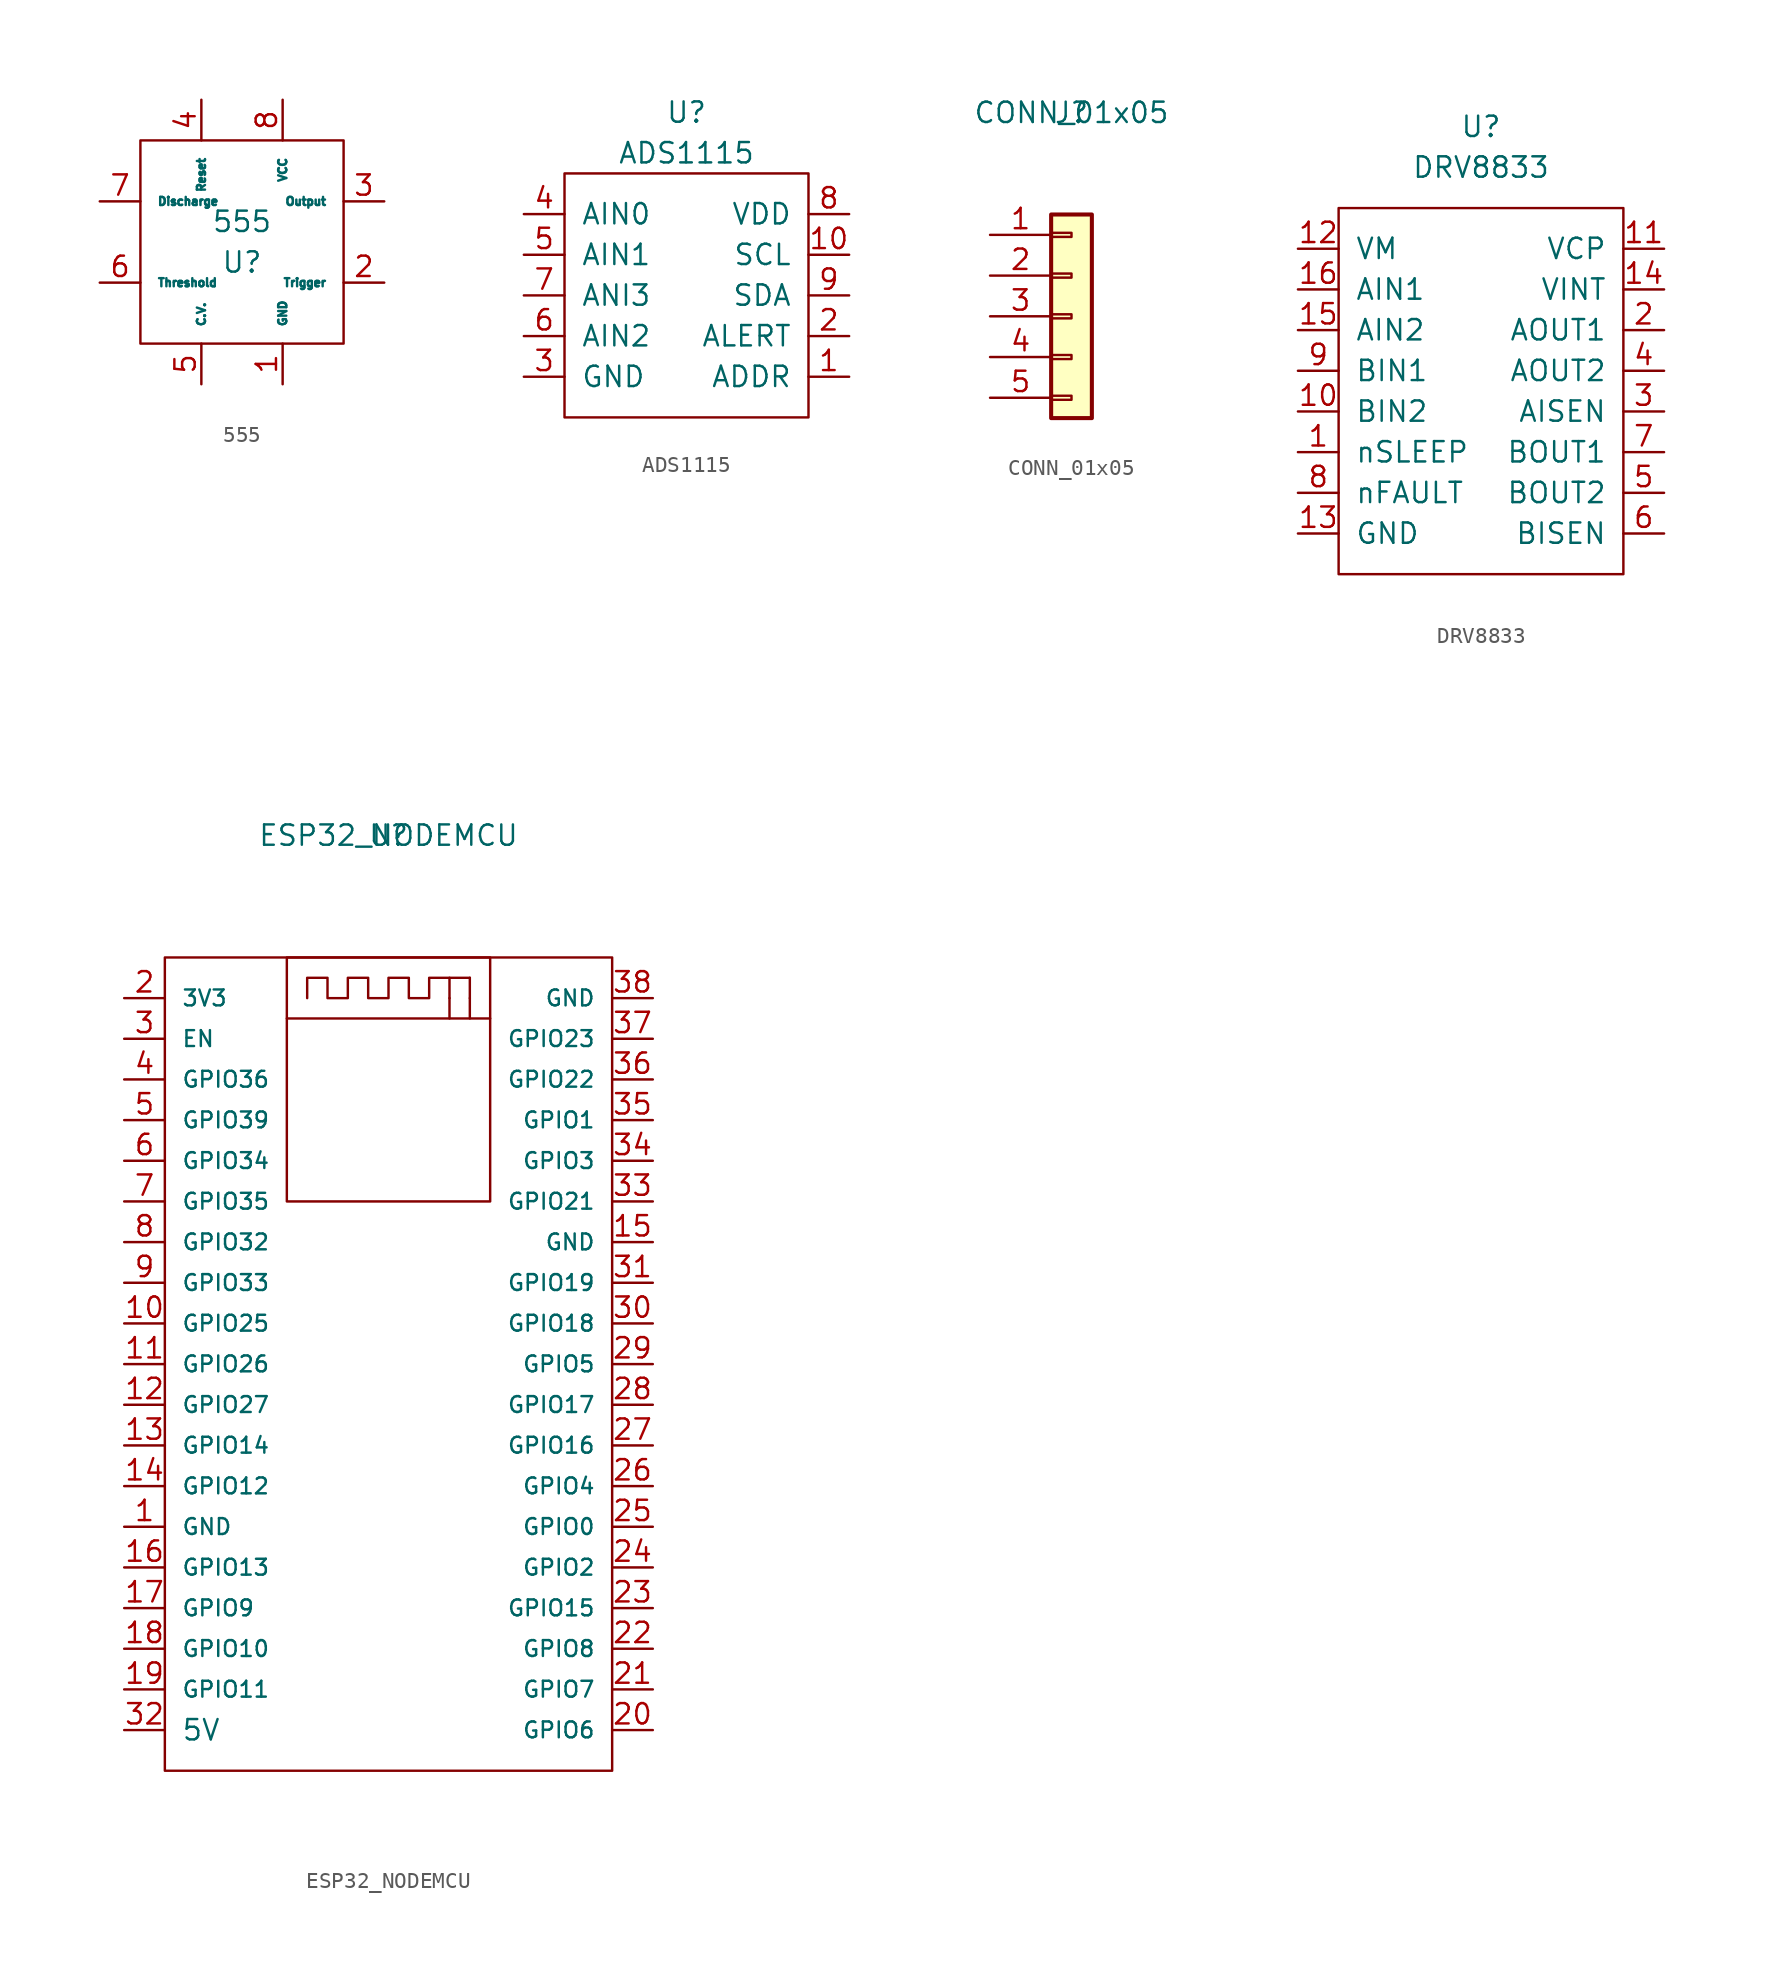
<source format=kicad_sym>
(kicad_symbol_lib
  (version 20211014)
  (generator kicad_symbol_editor)
  (symbol "555"
    (pin_names
      (offset 1.016))
    (property "Reference" "U"
      (at 0 -1.27 0)
      (effects (font (size 1.27 1.27))))
    (property "Value" "555"
      (at 0 1.27 0)
      (effects (font (size 1.27 1.27))))
    (symbol "555_0_1"
      (rectangle (start -6.35 6.35) (end 6.35 -6.35) (stroke (width 0) (type default) (color 0 0 0 0)) (fill (type none))))
    (symbol "555_1_1"
      (pin power_in line (at 2.54 -8.89 90) (length 2.54) (name "GND" (effects (font (size 0.508 0.508)))) (number "1" (effects (font (size 1.27 1.27)))))
      (pin input line (at 8.89 -2.54 180) (length 2.54) (name "Trigger" (effects (font (size 0.508 0.508)))) (number "2" (effects (font (size 1.27 1.27)))))
      (pin output line (at 8.89 2.54 180) (length 2.54) (name "Output" (effects (font (size 0.508 0.508)))) (number "3" (effects (font (size 1.27 1.27)))))
      (pin input line (at -2.54 8.89 270) (length 2.54) (name "Reset" (effects (font (size 0.508 0.508)))) (number "4" (effects (font (size 1.27 1.27)))))
      (pin input line (at -2.54 -8.89 90) (length 2.54) (name "C.V." (effects (font (size 0.508 0.508)))) (number "5" (effects (font (size 1.27 1.27)))))
      (pin input line (at -8.89 -2.54 0) (length 2.54) (name "Threshold" (effects (font (size 0.508 0.508)))) (number "6" (effects (font (size 1.27 1.27)))))
      (pin input line (at -8.89 2.54 0) (length 2.54) (name "Discharge" (effects (font (size 0.508 0.508)))) (number "7" (effects (font (size 1.27 1.27)))))
      (pin power_in line (at 2.54 8.89 270) (length 2.54) (name "VCC" (effects (font (size 0.508 0.508)))) (number "8" (effects (font (size 1.27 1.27)))))))
  (symbol "ADS1115"
    (pin_names
      (offset 1.016))
    (property "Reference" "U"
      (at 0 11.43 0)
      (effects (font (size 1.27 1.27))))
    (property "Value" "ADS1115"
      (at 0 8.89 0)
      (effects (font (size 1.27 1.27))))
    (symbol "ADS1115_0_1"
      (rectangle (start -7.62 7.62) (end 7.62 -7.62) (stroke (width 0) (type default) (color 0 0 0 0)) (fill (type none))))
    (symbol "ADS1115_1_1"
      (pin input line (at 10.16 -5.08 180) (length 2.54) (name "ADDR" (effects (font (size 1.27 1.27)))) (number "1" (effects (font (size 1.27 1.27)))))
      (pin input line (at 10.16 2.54 180) (length 2.54) (name "SCL" (effects (font (size 1.27 1.27)))) (number "10" (effects (font (size 1.27 1.27)))))
      (pin input line (at 10.16 -2.54 180) (length 2.54) (name "ALERT" (effects (font (size 1.27 1.27)))) (number "2" (effects (font (size 1.27 1.27)))))
      (pin input line (at -10.16 -5.08 0) (length 2.54) (name "GND" (effects (font (size 1.27 1.27)))) (number "3" (effects (font (size 1.27 1.27)))))
      (pin input line (at -10.16 5.08 0) (length 2.54) (name "AIN0" (effects (font (size 1.27 1.27)))) (number "4" (effects (font (size 1.27 1.27)))))
      (pin input line (at -10.16 2.54 0) (length 2.54) (name "AIN1" (effects (font (size 1.27 1.27)))) (number "5" (effects (font (size 1.27 1.27)))))
      (pin input line (at -10.16 -2.54 0) (length 2.54) (name "AIN2" (effects (font (size 1.27 1.27)))) (number "6" (effects (font (size 1.27 1.27)))))
      (pin input line (at -10.16 0 0) (length 2.54) (name "ANI3" (effects (font (size 1.27 1.27)))) (number "7" (effects (font (size 1.27 1.27)))))
      (pin input line (at 10.16 5.08 180) (length 2.54) (name "VDD" (effects (font (size 1.27 1.27)))) (number "8" (effects (font (size 1.27 1.27)))))
      (pin input line (at 10.16 0 180) (length 2.54) (name "SDA" (effects (font (size 1.27 1.27)))) (number "9" (effects (font (size 1.27 1.27)))))))
  (symbol "CONN_01x05"
    (pin_names
      (offset 1.016))
    (property "Reference" "J"
      (at 0 12.7 0)
      (effects (font (size 1.27 1.27))))
    (property "Value" "CONN_01x05"
      (at 0 12.7 0)
      (effects (font (size 1.27 1.27))))
    (symbol "CONN_01x05_1_1"
      (rectangle (start -1.27 -4.953) (end 0 -5.207) (stroke (width 0.152) (type default) (color 0 0 0 0)) (fill (type none)))
      (rectangle (start -1.27 -2.413) (end 0 -2.667) (stroke (width 0.152) (type default) (color 0 0 0 0)) (fill (type none)))
      (rectangle (start -1.27 0.127) (end 0 -0.127) (stroke (width 0.152) (type default) (color 0 0 0 0)) (fill (type none)))
      (rectangle (start -1.27 2.667) (end 0 2.413) (stroke (width 0.152) (type default) (color 0 0 0 0)) (fill (type none)))
      (rectangle (start -1.27 5.207) (end 0 4.953) (stroke (width 0.152) (type default) (color 0 0 0 0)) (fill (type none)))
      (rectangle (start -1.27 6.35) (end 1.27 -6.35) (stroke (width 0.254) (type default) (color 0 0 0 0)) (fill (type background)))
      (pin passive line (at -5.08 5.08 0) (length 3.81) (name "~" (effects (font (size 1.27 1.27)))) (number "1" (effects (font (size 1.27 1.27)))))
      (pin passive line (at -5.08 2.54 0) (length 3.81) (name "~" (effects (font (size 1.27 1.27)))) (number "2" (effects (font (size 1.27 1.27)))))
      (pin passive line (at -5.08 0 0) (length 3.81) (name "~" (effects (font (size 1.27 1.27)))) (number "3" (effects (font (size 1.27 1.27)))))
      (pin passive line (at -5.08 -2.54 0) (length 3.81) (name "~" (effects (font (size 1.27 1.27)))) (number "4" (effects (font (size 1.27 1.27)))))
      (pin passive line (at -5.08 -5.08 0) (length 3.81) (name "~" (effects (font (size 1.27 1.27)))) (number "5" (effects (font (size 1.27 1.27)))))))
  (symbol "DRV8833"
    (pin_names
      (offset 1.016))
    (property "Reference" "U"
      (at 0 16.51 0)
      (effects (font (size 1.27 1.27))))
    (property "Value" "DRV8833"
      (at 0 13.97 0)
      (effects (font (size 1.27 1.27))))
    (symbol "DRV8833_0_1"
      (rectangle (start -8.89 11.43) (end 8.89 -11.43) (stroke (width 0) (type default) (color 0 0 0 0)) (fill (type none))))
    (symbol "DRV8833_1_1"
      (pin input line (at -11.43 -3.81 0) (length 2.54) (name "nSLEEP" (effects (font (size 1.27 1.27)))) (number "1" (effects (font (size 1.27 1.27)))))
      (pin input line (at -11.43 -1.27 0) (length 2.54) (name "BIN2" (effects (font (size 1.27 1.27)))) (number "10" (effects (font (size 1.27 1.27)))))
      (pin power_in line (at 11.43 8.89 180) (length 2.54) (name "VCP" (effects (font (size 1.27 1.27)))) (number "11" (effects (font (size 1.27 1.27)))))
      (pin power_in line (at -11.43 8.89 0) (length 2.54) (name "VM" (effects (font (size 1.27 1.27)))) (number "12" (effects (font (size 1.27 1.27)))))
      (pin power_in line (at -11.43 -8.89 0) (length 2.54) (name "GND" (effects (font (size 1.27 1.27)))) (number "13" (effects (font (size 1.27 1.27)))))
      (pin power_in line (at 11.43 6.35 180) (length 2.54) (name "VINT" (effects (font (size 1.27 1.27)))) (number "14" (effects (font (size 1.27 1.27)))))
      (pin input line (at -11.43 3.81 0) (length 2.54) (name "AIN2" (effects (font (size 1.27 1.27)))) (number "15" (effects (font (size 1.27 1.27)))))
      (pin input line (at -11.43 6.35 0) (length 2.54) (name "AIN1" (effects (font (size 1.27 1.27)))) (number "16" (effects (font (size 1.27 1.27)))))
      (pin output line (at 11.43 3.81 180) (length 2.54) (name "AOUT1" (effects (font (size 1.27 1.27)))) (number "2" (effects (font (size 1.27 1.27)))))
      (pin input line (at 11.43 -1.27 180) (length 2.54) (name "AISEN" (effects (font (size 1.27 1.27)))) (number "3" (effects (font (size 1.27 1.27)))))
      (pin output line (at 11.43 1.27 180) (length 2.54) (name "AOUT2" (effects (font (size 1.27 1.27)))) (number "4" (effects (font (size 1.27 1.27)))))
      (pin output line (at 11.43 -6.35 180) (length 2.54) (name "BOUT2" (effects (font (size 1.27 1.27)))) (number "5" (effects (font (size 1.27 1.27)))))
      (pin input line (at 11.43 -8.89 180) (length 2.54) (name "BISEN" (effects (font (size 1.27 1.27)))) (number "6" (effects (font (size 1.27 1.27)))))
      (pin output line (at 11.43 -3.81 180) (length 2.54) (name "BOUT1" (effects (font (size 1.27 1.27)))) (number "7" (effects (font (size 1.27 1.27)))))
      (pin input line (at -11.43 -6.35 0) (length 2.54) (name "nFAULT" (effects (font (size 1.27 1.27)))) (number "8" (effects (font (size 1.27 1.27)))))
      (pin input line (at -11.43 1.27 0) (length 2.54) (name "BIN1" (effects (font (size 1.27 1.27)))) (number "9" (effects (font (size 1.27 1.27)))))))
  (symbol "ESP32_NODEMCU"
    (pin_names
      (offset 1.016))
    (property "Reference" "U"
      (at 0 15.24 0)
      (effects (font (size 1.27 1.27))))
    (property "Value" "ESP32_NODEMCU"
      (at 0 15.24 0)
      (effects (font (size 1.27 1.27))))
    (symbol "ESP32_NODEMCU_0_1"
      (rectangle (start -13.97 7.62) (end 13.97 -43.18) (stroke (width 0) (type default) (color 0 0 0 0)) (fill (type none)))
      (rectangle (start -6.35 7.62) (end 6.35 -7.62) (stroke (width 0) (type default) (color 0 0 0 0)) (fill (type none)))
      (polyline (pts (xy -6.35 3.81) (xy 6.35 3.81)) (stroke (width 0) (type default) (color 0 0 0 0)) (fill (type none)))
      (polyline (pts (xy 3.81 5.08) (xy 3.81 3.81)) (stroke (width 0) (type default) (color 0 0 0 0)) (fill (type none)))
      (polyline (pts (xy 3.81 5.08) (xy 3.81 6.35)) (stroke (width 0) (type default) (color 0 0 0 0)) (fill (type none)))
      (polyline (pts (xy 5.08 5.08) (xy 5.08 3.81)) (stroke (width 0) (type default) (color 0 0 0 0)) (fill (type none)))
      (polyline (pts (xy 5.08 5.08) (xy 5.08 6.35)) (stroke (width 0) (type default) (color 0 0 0 0)) (fill (type none)))
      (polyline (pts (xy 5.08 6.35) (xy 2.54 6.35) (xy 2.54 5.08) (xy 1.27 5.08) (xy 1.27 6.35) (xy 0 6.35) (xy 0 5.08) (xy -1.27 5.08) (xy -1.27 6.35) (xy -2.54 6.35) (xy -2.54 5.08) (xy -3.81 5.08) (xy -3.81 6.35) (xy -5.08 6.35) (xy -5.08 5.08)) (stroke (width 0) (type default) (color 0 0 0 0)) (fill (type none))))
    (symbol "ESP32_NODEMCU_1_1"
      (pin bidirectional line (at -16.51 -27.94 0) (length 2.54) (name "GND" (effects (font (size 0.991 0.991)))) (number "1" (effects (font (size 1.27 1.27)))))
      (pin bidirectional line (at -16.51 -15.24 0) (length 2.54) (name "GPIO25" (effects (font (size 0.991 0.991)))) (number "10" (effects (font (size 1.27 1.27)))))
      (pin bidirectional line (at -16.51 -17.78 0) (length 2.54) (name "GPIO26" (effects (font (size 0.991 0.991)))) (number "11" (effects (font (size 1.27 1.27)))))
      (pin bidirectional line (at -16.51 -20.32 0) (length 2.54) (name "GPIO27" (effects (font (size 0.991 0.991)))) (number "12" (effects (font (size 1.27 1.27)))))
      (pin bidirectional line (at -16.51 -22.86 0) (length 2.54) (name "GPIO14" (effects (font (size 0.991 0.991)))) (number "13" (effects (font (size 1.27 1.27)))))
      (pin bidirectional line (at -16.51 -25.4 0) (length 2.54) (name "GPIO12" (effects (font (size 0.991 0.991)))) (number "14" (effects (font (size 1.27 1.27)))))
      (pin bidirectional line (at 16.51 -10.16 180) (length 2.54) (name "GND" (effects (font (size 0.991 0.991)))) (number "15" (effects (font (size 1.27 1.27)))))
      (pin bidirectional line (at -16.51 -30.48 0) (length 2.54) (name "GPIO13" (effects (font (size 0.991 0.991)))) (number "16" (effects (font (size 1.27 1.27)))))
      (pin bidirectional line (at -16.51 -33.02 0) (length 2.54) (name "GPIO9" (effects (font (size 0.991 0.991)))) (number "17" (effects (font (size 1.27 1.27)))))
      (pin bidirectional line (at -16.51 -35.56 0) (length 2.54) (name "GPIO10" (effects (font (size 0.991 0.991)))) (number "18" (effects (font (size 1.27 1.27)))))
      (pin bidirectional line (at -16.51 -38.1 0) (length 2.54) (name "GPIO11" (effects (font (size 0.991 0.991)))) (number "19" (effects (font (size 1.27 1.27)))))
      (pin bidirectional line (at -16.51 5.08 0) (length 2.54) (name "3V3" (effects (font (size 0.991 0.991)))) (number "2" (effects (font (size 1.27 1.27)))))
      (pin bidirectional line (at 16.51 -40.64 180) (length 2.54) (name "GPIO6" (effects (font (size 0.991 0.991)))) (number "20" (effects (font (size 1.27 1.27)))))
      (pin bidirectional line (at 16.51 -38.1 180) (length 2.54) (name "GPIO7" (effects (font (size 0.991 0.991)))) (number "21" (effects (font (size 1.27 1.27)))))
      (pin bidirectional line (at 16.51 -35.56 180) (length 2.54) (name "GPIO8" (effects (font (size 0.991 0.991)))) (number "22" (effects (font (size 1.27 1.27)))))
      (pin bidirectional line (at 16.51 -33.02 180) (length 2.54) (name "GPIO15" (effects (font (size 0.991 0.991)))) (number "23" (effects (font (size 1.27 1.27)))))
      (pin bidirectional line (at 16.51 -30.48 180) (length 2.54) (name "GPIO2" (effects (font (size 0.991 0.991)))) (number "24" (effects (font (size 1.27 1.27)))))
      (pin bidirectional line (at 16.51 -27.94 180) (length 2.54) (name "GPIO0" (effects (font (size 0.991 0.991)))) (number "25" (effects (font (size 1.27 1.27)))))
      (pin bidirectional line (at 16.51 -25.4 180) (length 2.54) (name "GPIO4" (effects (font (size 0.991 0.991)))) (number "26" (effects (font (size 1.27 1.27)))))
      (pin bidirectional line (at 16.51 -22.86 180) (length 2.54) (name "GPIO16" (effects (font (size 0.991 0.991)))) (number "27" (effects (font (size 1.27 1.27)))))
      (pin bidirectional line (at 16.51 -20.32 180) (length 2.54) (name "GPIO17" (effects (font (size 0.991 0.991)))) (number "28" (effects (font (size 1.27 1.27)))))
      (pin bidirectional line (at 16.51 -17.78 180) (length 2.54) (name "GPIO5" (effects (font (size 0.991 0.991)))) (number "29" (effects (font (size 1.27 1.27)))))
      (pin bidirectional line (at -16.51 2.54 0) (length 2.54) (name "EN" (effects (font (size 0.991 0.991)))) (number "3" (effects (font (size 1.27 1.27)))))
      (pin bidirectional line (at 16.51 -15.24 180) (length 2.54) (name "GPIO18" (effects (font (size 0.991 0.991)))) (number "30" (effects (font (size 1.27 1.27)))))
      (pin bidirectional line (at 16.51 -12.7 180) (length 2.54) (name "GPIO19" (effects (font (size 0.991 0.991)))) (number "31" (effects (font (size 1.27 1.27)))))
      (pin input line (at -16.51 -40.64 0) (length 2.54) (name "5V" (effects (font (size 1.27 1.27)))) (number "32" (effects (font (size 1.27 1.27)))))
      (pin bidirectional line (at 16.51 -7.62 180) (length 2.54) (name "GPIO21" (effects (font (size 0.991 0.991)))) (number "33" (effects (font (size 1.27 1.27)))))
      (pin input line (at 16.51 -5.08 180) (length 2.54) (name "GPIO3" (effects (font (size 0.991 0.991)))) (number "34" (effects (font (size 1.27 1.27)))))
      (pin output line (at 16.51 -2.54 180) (length 2.54) (name "GPIO1" (effects (font (size 0.991 0.991)))) (number "35" (effects (font (size 1.27 1.27)))))
      (pin bidirectional line (at 16.51 0 180) (length 2.54) (name "GPIO22" (effects (font (size 0.991 0.991)))) (number "36" (effects (font (size 1.27 1.27)))))
      (pin bidirectional line (at 16.51 2.54 180) (length 2.54) (name "GPIO23" (effects (font (size 0.991 0.991)))) (number "37" (effects (font (size 1.27 1.27)))))
      (pin bidirectional line (at 16.51 5.08 180) (length 2.54) (name "GND" (effects (font (size 0.991 0.991)))) (number "38" (effects (font (size 1.27 1.27)))))
      (pin input line (at -16.51 0 0) (length 2.54) (name "GPIO36" (effects (font (size 0.991 0.991)))) (number "4" (effects (font (size 1.27 1.27)))))
      (pin input line (at -16.51 -2.54 0) (length 2.54) (name "GPIO39" (effects (font (size 0.991 0.991)))) (number "5" (effects (font (size 1.27 1.27)))))
      (pin input line (at -16.51 -5.08 0) (length 2.54) (name "GPIO34" (effects (font (size 0.991 0.991)))) (number "6" (effects (font (size 1.27 1.27)))))
      (pin input line (at -16.51 -7.62 0) (length 2.54) (name "GPIO35" (effects (font (size 0.991 0.991)))) (number "7" (effects (font (size 1.27 1.27)))))
      (pin bidirectional line (at -16.51 -10.16 0) (length 2.54) (name "GPIO32" (effects (font (size 0.991 0.991)))) (number "8" (effects (font (size 1.27 1.27)))))
      (pin bidirectional line (at -16.51 -12.7 0) (length 2.54) (name "GPIO33" (effects (font (size 0.991 0.991)))) (number "9" (effects (font (size 1.27 1.27))))))))
</source>
